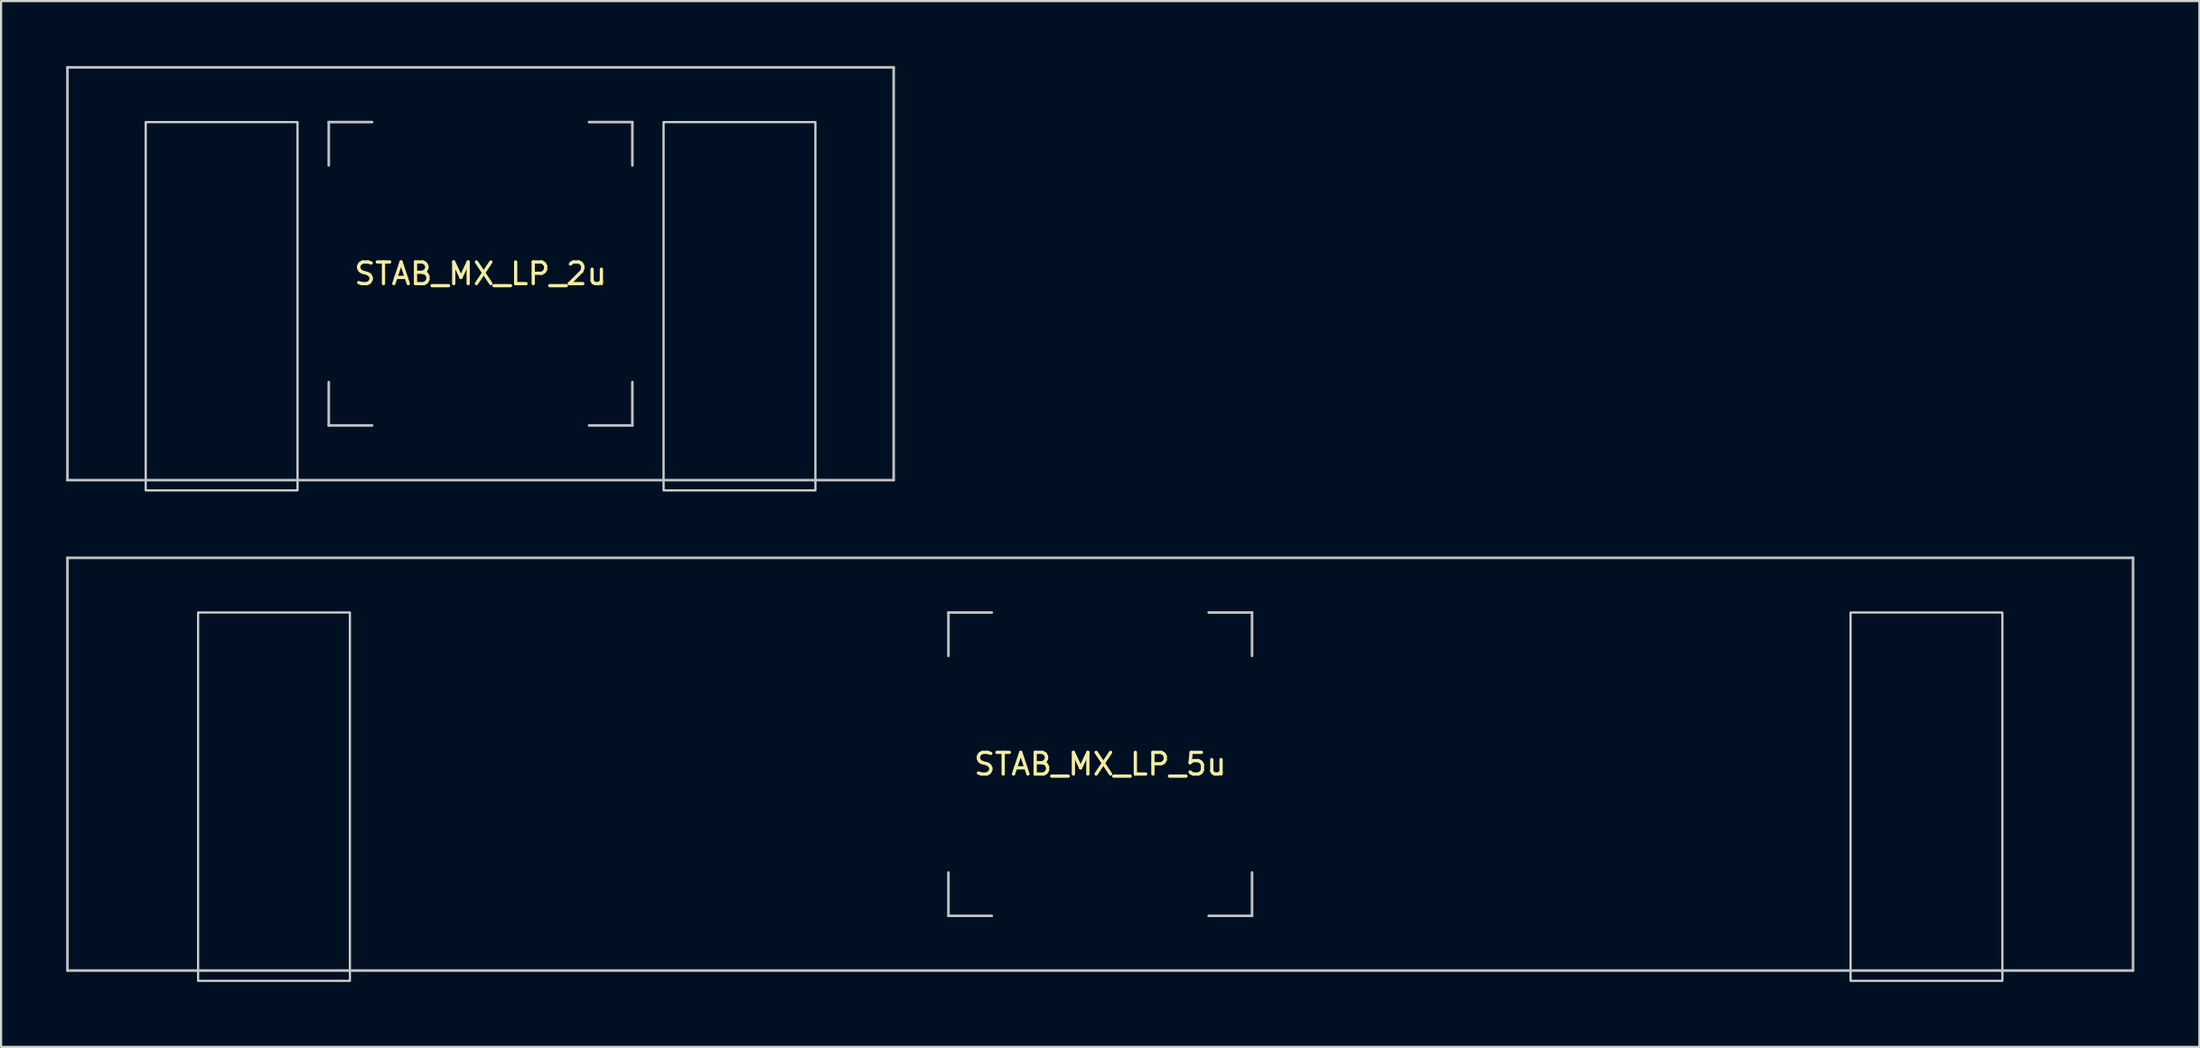
<source format=kicad_pcb>
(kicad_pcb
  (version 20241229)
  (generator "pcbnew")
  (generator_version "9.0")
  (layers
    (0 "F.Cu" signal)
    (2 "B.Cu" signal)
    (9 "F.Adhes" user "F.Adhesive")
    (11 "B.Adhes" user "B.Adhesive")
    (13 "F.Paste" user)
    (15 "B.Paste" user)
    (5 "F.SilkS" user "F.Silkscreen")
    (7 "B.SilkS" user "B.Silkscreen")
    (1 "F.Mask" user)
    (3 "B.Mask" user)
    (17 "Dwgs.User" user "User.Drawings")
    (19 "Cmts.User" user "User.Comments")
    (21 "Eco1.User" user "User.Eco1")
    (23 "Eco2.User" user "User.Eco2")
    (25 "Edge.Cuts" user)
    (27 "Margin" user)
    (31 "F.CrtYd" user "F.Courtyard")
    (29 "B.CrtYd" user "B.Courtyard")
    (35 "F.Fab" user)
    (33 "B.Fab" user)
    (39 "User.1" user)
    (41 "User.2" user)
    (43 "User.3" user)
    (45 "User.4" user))
  (footprint "STAB_MX_LP_2u"
    (layer "F.Cu")
    (at 19.11 9.585)
    (property "Reference" "STAB_MX_LP_2u" (at 0 0 0) (layer "F.SilkS") (effects (font (size 1 1) (thickness 0.15))))
    (attr through_hole exclude_from_pos_files exclude_from_bom)
    (fp_line (start -19.05 -9.525) (end -19.05 9.525) (stroke (width 0.12) (type solid)) (layer "Dwgs.User"))
    (fp_line (start -19.05 -9.525) (end 19.05 -9.525) (stroke (width 0.12) (type solid)) (layer "Dwgs.User"))
    (fp_line (start -19.05 9.525) (end 19.05 9.525) (stroke (width 0.12) (type solid)) (layer "Dwgs.User"))
    (fp_line (start -7 -7) (end -5 -7) (stroke (width 0.12) (type solid)) (layer "Dwgs.User"))
    (fp_line (start -7 -5) (end -7 -7) (stroke (width 0.12) (type solid)) (layer "Dwgs.User"))
    (fp_line (start -7 7) (end -7 5) (stroke (width 0.12) (type solid)) (layer "Dwgs.User"))
    (fp_line (start -5 7) (end -7 7) (stroke (width 0.12) (type solid)) (layer "Dwgs.User"))
    (fp_line (start 5 -7) (end 7 -7) (stroke (width 0.12) (type solid)) (layer "Dwgs.User"))
    (fp_line (start 5 7) (end 7 7) (stroke (width 0.12) (type solid)) (layer "Dwgs.User"))
    (fp_line (start 7 -7) (end 7 -5) (stroke (width 0.12) (type solid)) (layer "Dwgs.User"))
    (fp_line (start 7 7) (end 7 5) (stroke (width 0.12) (type solid)) (layer "Dwgs.User"))
    (fp_line (start 19.05 -9.525) (end 19.05 9.525) (stroke (width 0.12) (type solid)) (layer "Dwgs.User"))
    (fp_rect (start -15.44 -7) (end -8.44 10) (stroke (width 0.1) (type solid)) (fill no) (layer "Edge.Cuts"))
    (fp_rect (start 8.44 -7) (end 15.44 10) (stroke (width 0.1) (type solid)) (fill no) (layer "Edge.Cuts")))
  (footprint "STAB_MX_LP_5u"
    (layer "F.Cu")
    (at 47.685 32.22)
    (property "Reference" "STAB_MX_LP_5u" (at 0 0 0) (layer "F.SilkS") (effects (font (size 1 1) (thickness 0.15))))
    (attr through_hole exclude_from_pos_files exclude_from_bom)
    (fp_line (start -47.625 -9.525) (end -47.625 9.525) (stroke (width 0.12) (type solid)) (layer "Dwgs.User"))
    (fp_line (start -47.625 -9.525) (end 47.625 -9.525) (stroke (width 0.12) (type solid)) (layer "Dwgs.User"))
    (fp_line (start -47.625 9.525) (end 47.625 9.525) (stroke (width 0.12) (type solid)) (layer "Dwgs.User"))
    (fp_line (start -7 -7) (end -5 -7) (stroke (width 0.12) (type solid)) (layer "Dwgs.User"))
    (fp_line (start -7 -5) (end -7 -7) (stroke (width 0.12) (type solid)) (layer "Dwgs.User"))
    (fp_line (start -7 7) (end -7 5) (stroke (width 0.12) (type solid)) (layer "Dwgs.User"))
    (fp_line (start -5 7) (end -7 7) (stroke (width 0.12) (type solid)) (layer "Dwgs.User"))
    (fp_line (start 5 -7) (end 7 -7) (stroke (width 0.12) (type solid)) (layer "Dwgs.User"))
    (fp_line (start 5 7) (end 7 7) (stroke (width 0.12) (type solid)) (layer "Dwgs.User"))
    (fp_line (start 7 -7) (end 7 -5) (stroke (width 0.12) (type solid)) (layer "Dwgs.User"))
    (fp_line (start 7 7) (end 7 5) (stroke (width 0.12) (type solid)) (layer "Dwgs.User"))
    (fp_line (start 47.625 -9.525) (end 47.625 9.525) (stroke (width 0.12) (type solid)) (layer "Dwgs.User"))
    (fp_rect (start -41.6 -7) (end -34.6 10) (stroke (width 0.1) (type solid)) (fill no) (layer "Edge.Cuts"))
    (fp_rect (start 34.6 -7) (end 41.6 10) (stroke (width 0.1) (type solid)) (fill no) (layer "Edge.Cuts")))
  (gr_rect
    (start -3 -3)
    (end 98.37 45.27)
    (stroke (width 0.1) (type default))
    (fill no)
    (layer "Edge.Cuts")))
</source>
